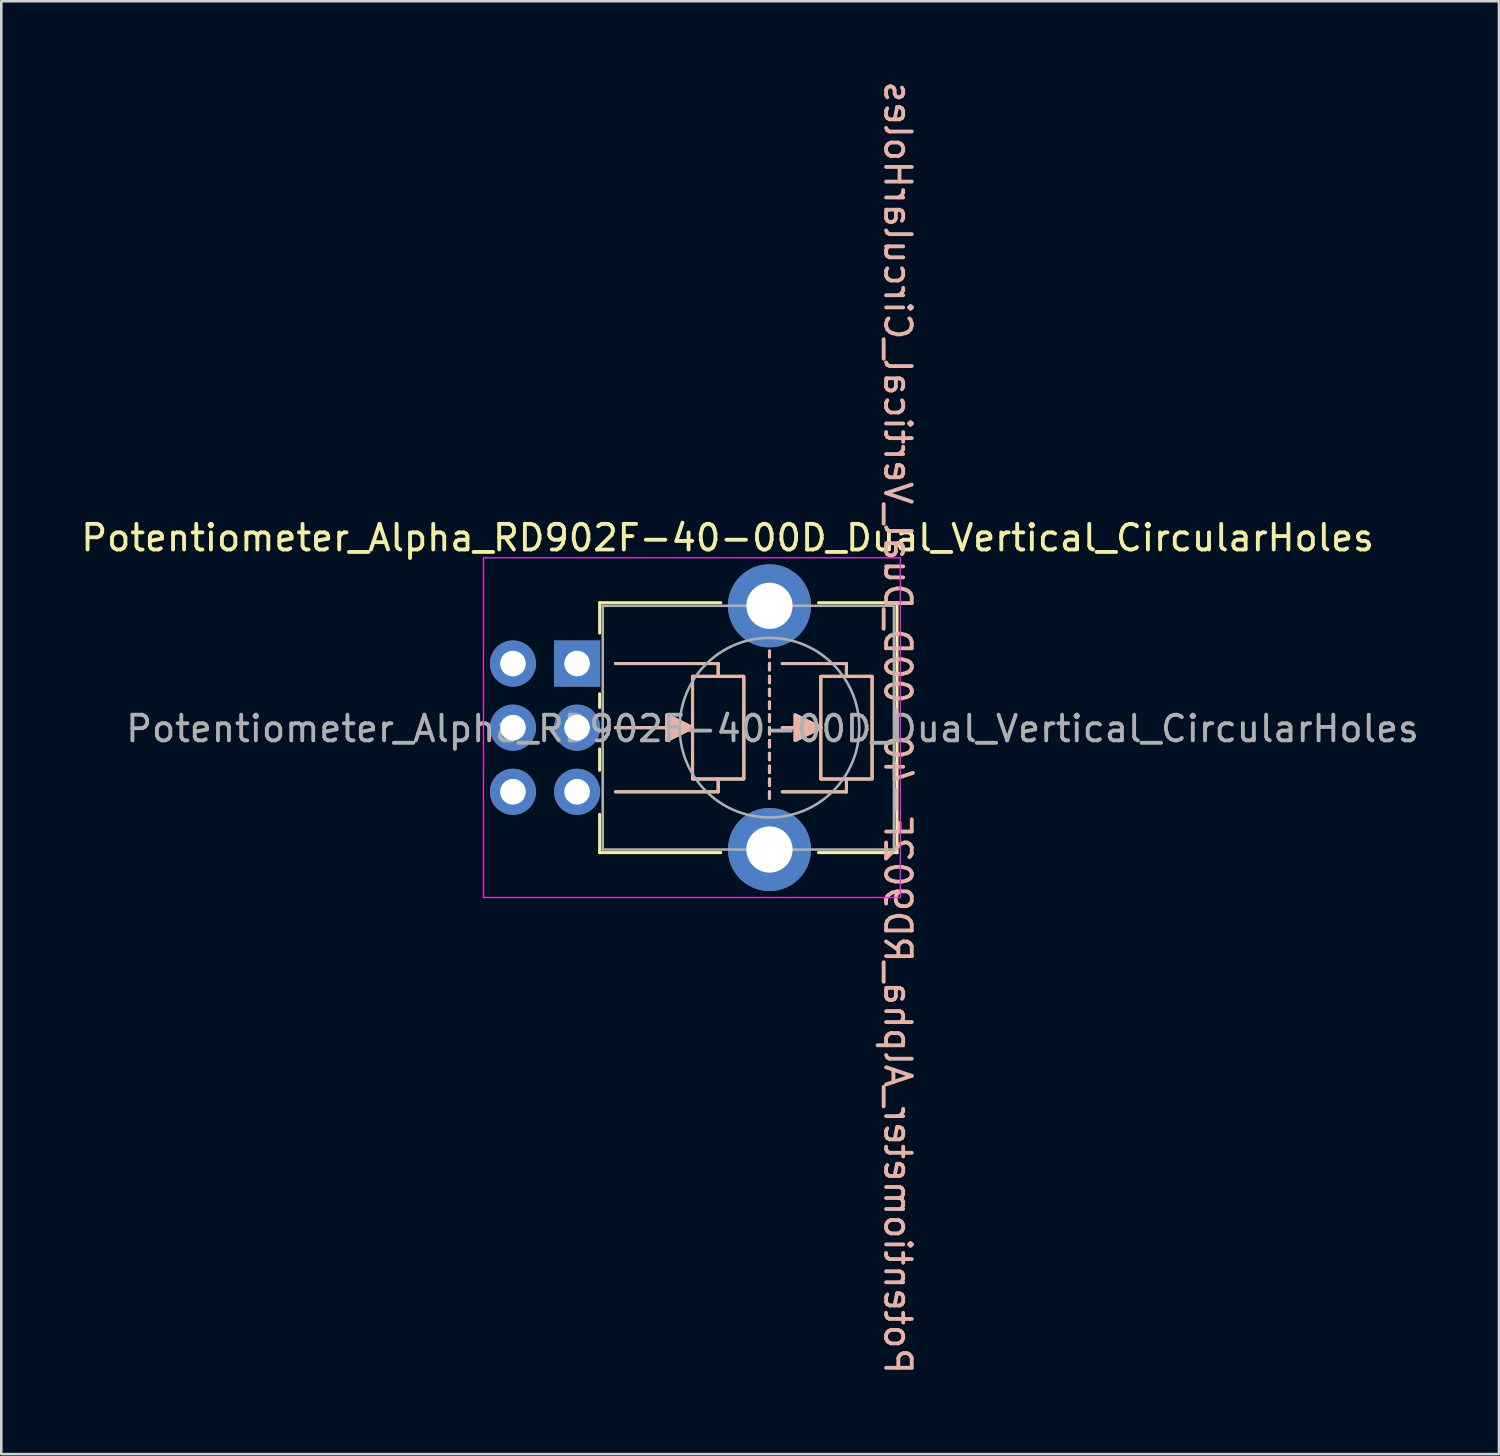
<source format=kicad_pcb>
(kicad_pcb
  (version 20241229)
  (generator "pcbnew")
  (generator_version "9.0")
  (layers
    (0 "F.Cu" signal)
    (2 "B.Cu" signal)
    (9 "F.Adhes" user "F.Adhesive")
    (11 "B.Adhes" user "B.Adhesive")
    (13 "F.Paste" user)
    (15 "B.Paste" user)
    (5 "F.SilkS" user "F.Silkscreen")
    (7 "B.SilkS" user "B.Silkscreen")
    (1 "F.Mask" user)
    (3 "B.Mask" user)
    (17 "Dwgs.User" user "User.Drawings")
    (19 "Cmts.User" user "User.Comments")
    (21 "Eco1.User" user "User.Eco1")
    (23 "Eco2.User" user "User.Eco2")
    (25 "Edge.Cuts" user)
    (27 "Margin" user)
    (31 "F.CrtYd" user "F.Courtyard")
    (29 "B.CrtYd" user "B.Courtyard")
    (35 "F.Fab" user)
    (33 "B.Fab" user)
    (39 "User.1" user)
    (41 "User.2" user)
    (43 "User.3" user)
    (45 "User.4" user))
  (footprint "Potentiometer_Alpha_RD902F-40-00D_Dual_Vertical_CircularHoles"
    (layer "F.Cu")
    (at 19.445 22.815)
    (property "Reference" "Potentiometer_Alpha_RD902F-40-00D_Dual_Vertical_CircularHoles" (at 5.87 -4.9 180) (layer "F.SilkS") (effects (font (size 1 1) (thickness 0.15))))
    (attr through_hole)
    (fp_line (start 0.88 -2.37) (end 5.6 -2.37) (stroke (width 0.12) (type solid)) (layer "F.SilkS"))
    (fp_line (start 0.88 -1.19) (end 0.88 -2.37) (stroke (width 0.12) (type solid)) (layer "F.SilkS"))
    (fp_line (start 0.88 1.71) (end 0.88 1.18) (stroke (width 0.12) (type solid)) (layer "F.SilkS"))
    (fp_line (start 0.88 4.16) (end 0.88 3.33) (stroke (width 0.12) (type solid)) (layer "F.SilkS"))
    (fp_line (start 0.88 7.37) (end 0.88 5.88) (stroke (width 0.12) (type solid)) (layer "F.SilkS"))
    (fp_line (start 0.88 7.37) (end 5.6 7.37) (stroke (width 0.12) (type solid)) (layer "F.SilkS"))
    (fp_line (start 1.5 2.5) (end 4.5 2.5) (stroke (width 0.12) (type solid)) (layer "F.SilkS"))
    (fp_line (start 5.5 0) (end 1.5 0) (stroke (width 0.12) (type solid)) (layer "F.SilkS"))
    (fp_line (start 5.5 0.5) (end 5.5 0) (stroke (width 0.12) (type solid)) (layer "F.SilkS"))
    (fp_line (start 5.5 4.5) (end 5.5 5) (stroke (width 0.12) (type solid)) (layer "F.SilkS"))
    (fp_line (start 5.5 5) (end 1.5 5) (stroke (width 0.12) (type solid)) (layer "F.SilkS"))
    (fp_line (start 7.5 0) (end 7.5 0.25) (stroke (width 0.12) (type solid)) (layer "F.SilkS"))
    (fp_line (start 7.5 0.5) (end 7.5 0.75) (stroke (width 0.12) (type solid)) (layer "F.SilkS"))
    (fp_line (start 7.5 1) (end 7.5 1.25) (stroke (width 0.12) (type solid)) (layer "F.SilkS"))
    (fp_line (start 7.5 1.5) (end 7.5 1.75) (stroke (width 0.12) (type solid)) (layer "F.SilkS"))
    (fp_line (start 7.5 2) (end 7.5 2.25) (stroke (width 0.12) (type solid)) (layer "F.SilkS"))
    (fp_line (start 7.5 2.5) (end 7.5 2.75) (stroke (width 0.12) (type solid)) (layer "F.SilkS"))
    (fp_line (start 7.5 3) (end 7.5 3.25) (stroke (width 0.12) (type solid)) (layer "F.SilkS"))
    (fp_line (start 7.5 3.5) (end 7.5 3.75) (stroke (width 0.12) (type solid)) (layer "F.SilkS"))
    (fp_line (start 7.5 4) (end 7.5 4.25) (stroke (width 0.12) (type solid)) (layer "F.SilkS"))
    (fp_line (start 7.5 4.5) (end 7.5 4.75) (stroke (width 0.12) (type solid)) (layer "F.SilkS"))
    (fp_line (start 7.5 5) (end 7.5 5.25) (stroke (width 0.12) (type solid)) (layer "F.SilkS"))
    (fp_line (start 8 2.5) (end 9.5 2.5) (stroke (width 0.12) (type solid)) (layer "F.SilkS"))
    (fp_line (start 9.41 -2.37) (end 12.47 -2.37) (stroke (width 0.12) (type solid)) (layer "F.SilkS"))
    (fp_line (start 9.41 7.37) (end 12.47 7.37) (stroke (width 0.12) (type solid)) (layer "F.SilkS"))
    (fp_line (start 10.5 0) (end 8 0) (stroke (width 0.12) (type solid)) (layer "F.SilkS"))
    (fp_line (start 10.5 0.5) (end 10.5 0) (stroke (width 0.12) (type solid)) (layer "F.SilkS"))
    (fp_line (start 10.5 4.5) (end 10.5 5) (stroke (width 0.12) (type solid)) (layer "F.SilkS"))
    (fp_line (start 10.5 5) (end 8 5) (stroke (width 0.12) (type solid)) (layer "F.SilkS"))
    (fp_line (start 12.47 7.37) (end 12.47 -2.37) (stroke (width 0.12) (type solid)) (layer "F.SilkS"))
    (fp_rect (start 4.5 0.5) (end 6.5 4.5) (stroke (width 0.12) (type solid)) (fill no) (layer "F.SilkS"))
    (fp_rect (start 9.5 0.5) (end 11.5 4.5) (stroke (width 0.12) (type solid)) (fill no) (layer "F.SilkS"))
    (fp_poly (pts (xy 4.5 2.5) (xy 3.5 3) (xy 3.5 2)) (stroke (width 0.12) (type solid)) (fill yes) (layer "F.SilkS"))
    (fp_poly (pts (xy 9.5 2.5) (xy 8.5 3) (xy 8.5 2)) (stroke (width 0.12) (type solid)) (fill yes) (layer "F.SilkS"))
    (fp_line (start 1.5 0) (end 5.5 0) (stroke (width 0.12) (type solid)) (layer "B.SilkS"))
    (fp_line (start 1.5 2.5) (end 4.5 2.5) (stroke (width 0.12) (type solid)) (layer "B.SilkS"))
    (fp_line (start 5.5 0) (end 5.5 0.5) (stroke (width 0.12) (type solid)) (layer "B.SilkS"))
    (fp_line (start 5.5 4.5) (end 5.5 5) (stroke (width 0.12) (type solid)) (layer "B.SilkS"))
    (fp_line (start 5.5 5) (end 1.5 5) (stroke (width 0.12) (type solid)) (layer "B.SilkS"))
    (fp_line (start 7.5 -0.5) (end 7.5 -0.25) (stroke (width 0.12) (type solid)) (layer "B.SilkS"))
    (fp_line (start 7.5 0) (end 7.5 0.25) (stroke (width 0.12) (type solid)) (layer "B.SilkS"))
    (fp_line (start 7.5 0.5) (end 7.5 0.75) (stroke (width 0.12) (type solid)) (layer "B.SilkS"))
    (fp_line (start 7.5 1) (end 7.5 1.25) (stroke (width 0.12) (type solid)) (layer "B.SilkS"))
    (fp_line (start 7.5 1.5) (end 7.5 1.75) (stroke (width 0.12) (type solid)) (layer "B.SilkS"))
    (fp_line (start 7.5 2) (end 7.5 2.25) (stroke (width 0.12) (type solid)) (layer "B.SilkS"))
    (fp_line (start 7.5 2.5) (end 7.5 2.75) (stroke (width 0.12) (type solid)) (layer "B.SilkS"))
    (fp_line (start 7.5 3) (end 7.5 3.25) (stroke (width 0.12) (type solid)) (layer "B.SilkS"))
    (fp_line (start 7.5 3.5) (end 7.5 3.75) (stroke (width 0.12) (type solid)) (layer "B.SilkS"))
    (fp_line (start 7.5 4) (end 7.5 4.25) (stroke (width 0.12) (type solid)) (layer "B.SilkS"))
    (fp_line (start 7.5 4.5) (end 7.5 4.75) (stroke (width 0.12) (type solid)) (layer "B.SilkS"))
    (fp_line (start 7.5 5) (end 7.5 5.25) (stroke (width 0.12) (type solid)) (layer "B.SilkS"))
    (fp_line (start 8 0) (end 10.5 0) (stroke (width 0.12) (type solid)) (layer "B.SilkS"))
    (fp_line (start 8 2.5) (end 9.5 2.5) (stroke (width 0.12) (type solid)) (layer "B.SilkS"))
    (fp_line (start 10.5 0) (end 10.5 0.5) (stroke (width 0.12) (type solid)) (layer "B.SilkS"))
    (fp_line (start 10.5 4.5) (end 10.5 5) (stroke (width 0.12) (type solid)) (layer "B.SilkS"))
    (fp_line (start 10.5 5) (end 8 5) (stroke (width 0.12) (type solid)) (layer "B.SilkS"))
    (fp_rect (start 4.5 0.5) (end 6.5 4.5) (stroke (width 0.12) (type solid)) (fill no) (layer "B.SilkS"))
    (fp_rect (start 9.5 0.5) (end 11.5 4.5) (stroke (width 0.12) (type solid)) (fill no) (layer "B.SilkS"))
    (fp_poly (pts (xy 4.5 2.5) (xy 3.5 3) (xy 3.5 2)) (stroke (width 0.12) (type solid)) (fill yes) (layer "B.SilkS"))
    (fp_poly (pts (xy 9.5 2.5) (xy 8.5 3) (xy 8.5 2)) (stroke (width 0.12) (type solid)) (fill yes) (layer "B.SilkS"))
    (fp_line (start -3.65 -4.12) (end -3.65 9.12) (stroke (width 0.05) (type solid)) (layer "F.CrtYd"))
    (fp_line (start -3.65 9.12) (end 12.6 9.12) (stroke (width 0.05) (type solid)) (layer "F.CrtYd"))
    (fp_line (start 12.6 -4.12) (end -3.65 -4.12) (stroke (width 0.05) (type solid)) (layer "F.CrtYd"))
    (fp_line (start 12.6 9.12) (end 12.6 -4.12) (stroke (width 0.05) (type solid)) (layer "F.CrtYd"))
    (fp_line (start 1 -2.25) (end 12.35 -2.25) (stroke (width 0.1) (type solid)) (layer "F.Fab"))
    (fp_line (start 1 7.25) (end 1 -2.25) (stroke (width 0.1) (type solid)) (layer "F.Fab"))
    (fp_line (start 1 7.25) (end 12.35 7.25) (stroke (width 0.1) (type solid)) (layer "F.Fab"))
    (fp_line (start 12.35 7.25) (end 12.35 -2.25) (stroke (width 0.1) (type solid)) (layer "F.Fab"))
    (fp_circle (center 7.5 2.5) (end 7.5 -1) (stroke (width 0.1) (type solid)) (fill no) (layer "F.Fab"))
    (fp_text user "${REFERENCE}" (at 12.5 2.5 270) (unlocked yes) (layer "B.SilkS") (effects (font (size 1 1) (thickness 0.15)) (justify mirror)))
    (fp_text user "${REFERENCE}" (at 7.62 2.54 0) (layer "F.Fab") (effects (font (size 1 1) (thickness 0.15))))
    (pad "" thru_hole circle (at 7.5 -2.25 90) (size 3.24 3.24) (drill 1.8) (layers "*.Cu" "*.Mask"))
    (pad "" thru_hole circle (at 7.5 7.25 90) (size 3.24 3.24) (drill 1.8) (layers "*.Cu" "*.Mask"))
    (pad "1" thru_hole rect (at 0 0 90) (size 1.8 1.8) (drill 1) (layers "*.Cu" "*.Mask"))
    (pad "2" thru_hole circle (at 0 2.5 90) (size 1.8 1.8) (drill 1) (layers "*.Cu" "*.Mask"))
    (pad "3" thru_hole circle (at 0 5 90) (size 1.8 1.8) (drill 1) (layers "*.Cu" "*.Mask"))
    (pad "4" thru_hole circle (at -2.5 0 90) (size 1.8 1.8) (drill 1) (layers "*.Cu" "*.Mask"))
    (pad "5" thru_hole circle (at -2.5 2.5 90) (size 1.8 1.8) (drill 1) (layers "*.Cu" "*.Mask"))
    (pad "6" thru_hole circle (at -2.5 5 90) (size 1.8 1.8) (drill 1) (layers "*.Cu" "*.Mask")))
  (gr_rect
    (start -3 -3)
    (end 55.381 53.631)
    (stroke (width 0.1) (type default))
    (fill no)
    (layer "Edge.Cuts")))
</source>
